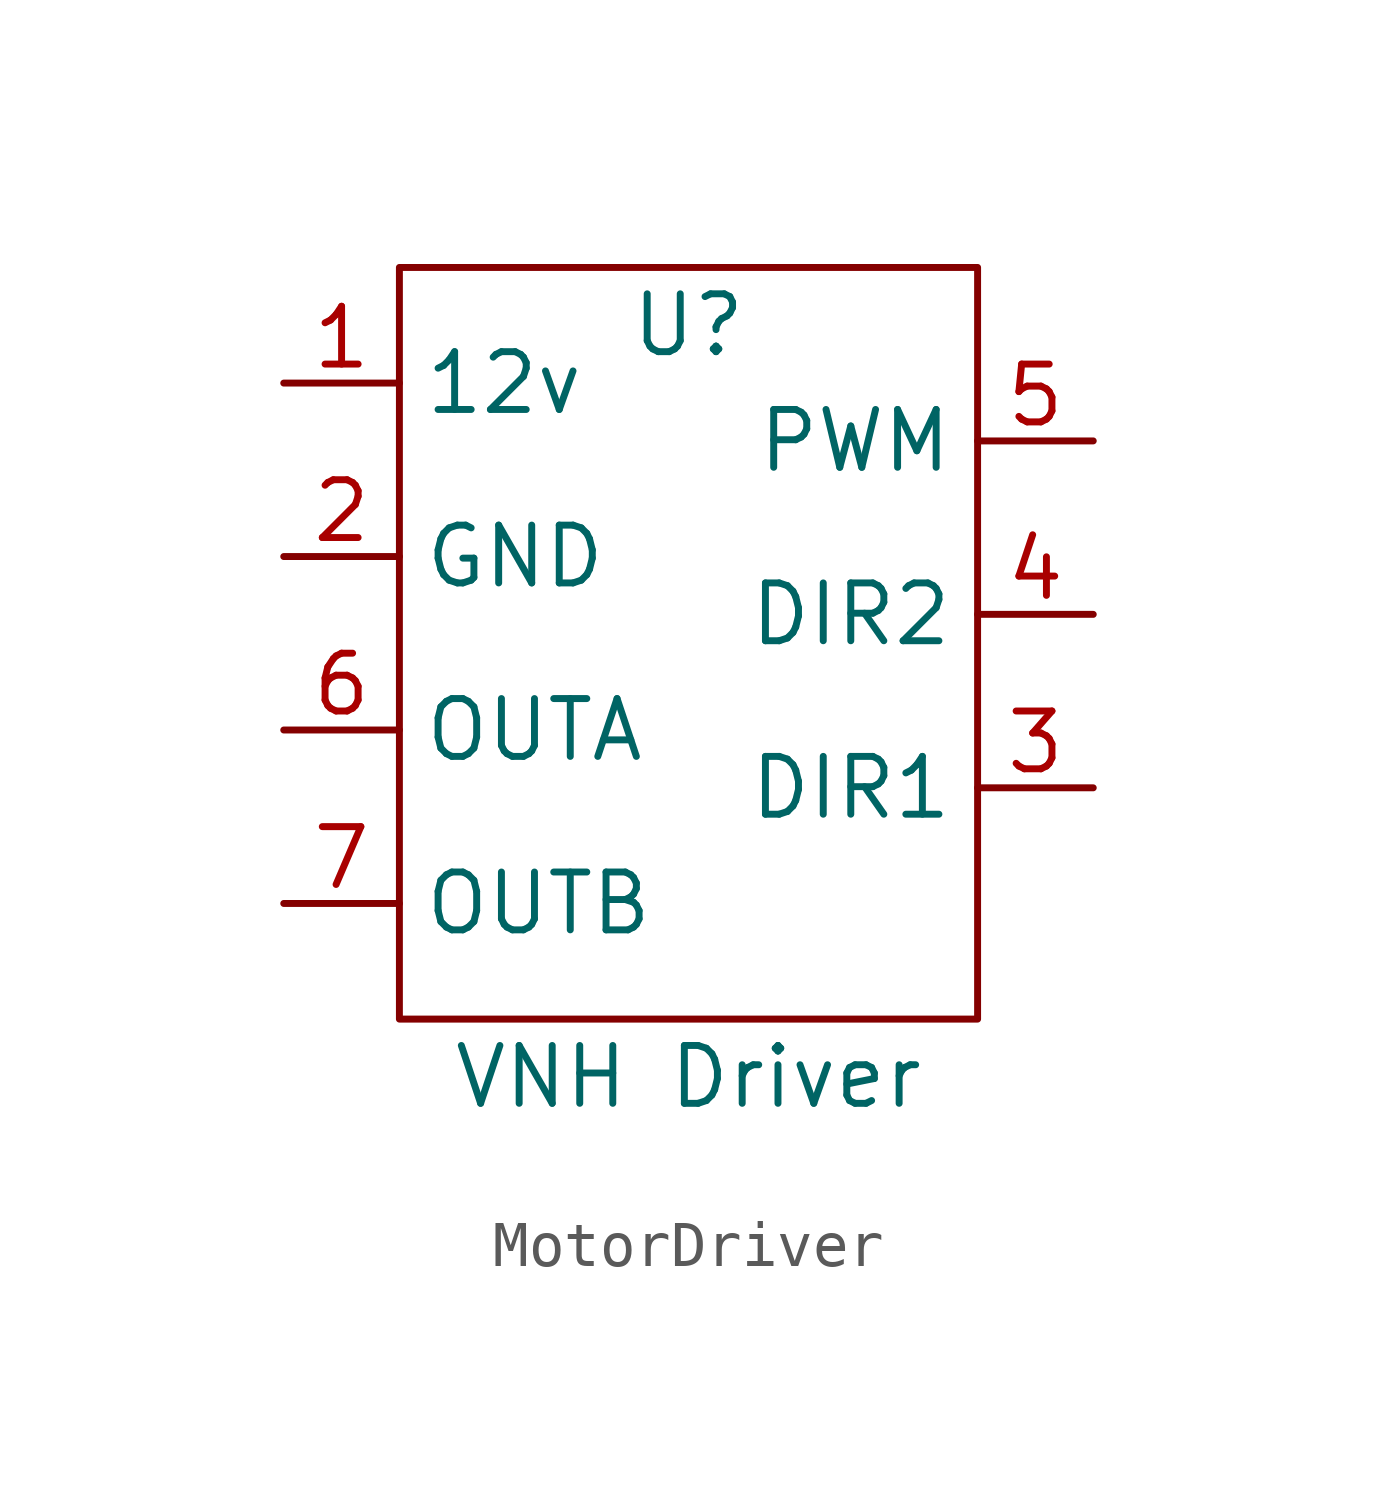
<source format=kicad_sym>
(kicad_symbol_lib
  (version 20220914)
  (generator kicad_symbol_editor)
  (symbol "MotorDriver"
    (property "Reference" "U"
      (at 0 6.35 0)
      (effects (font (size 1.27 1.27))))
    (property "Value" "VNH Driver"
      (at 0 -10.16 0)
      (effects (font (size 1.27 1.27))))
    (symbol "MotorDriver_0_1"
      (rectangle (start -6.35 7.62) (end 6.35 -8.89) (stroke (width 0) (type default)) (fill (type none))))
    (symbol "MotorDriver_1_1"
      (pin input line (at -8.89 5.08 0) (length 2.54) (name "12v" (effects (font (size 1.27 1.27)))) (number "1" (effects (font (size 1.27 1.27)))))
      (pin input line (at -8.89 1.27 0) (length 2.54) (name "GND" (effects (font (size 1.27 1.27)))) (number "2" (effects (font (size 1.27 1.27)))))
      (pin input line (at 8.89 -3.81 180) (length 2.54) (name "DIR1" (effects (font (size 1.27 1.27)))) (number "3" (effects (font (size 1.27 1.27)))))
      (pin input line (at 8.89 0 180) (length 2.54) (name "DIR2" (effects (font (size 1.27 1.27)))) (number "4" (effects (font (size 1.27 1.27)))))
      (pin input line (at 8.89 3.81 180) (length 2.54) (name "PWM" (effects (font (size 1.27 1.27)))) (number "5" (effects (font (size 1.27 1.27)))))
      (pin input line (at -8.89 -2.54 0) (length 2.54) (name "OUTA" (effects (font (size 1.27 1.27)))) (number "6" (effects (font (size 1.27 1.27)))))
      (pin input line (at -8.89 -6.35 0) (length 2.54) (name "OUTB" (effects (font (size 1.27 1.27)))) (number "7" (effects (font (size 1.27 1.27))))))))
</source>
